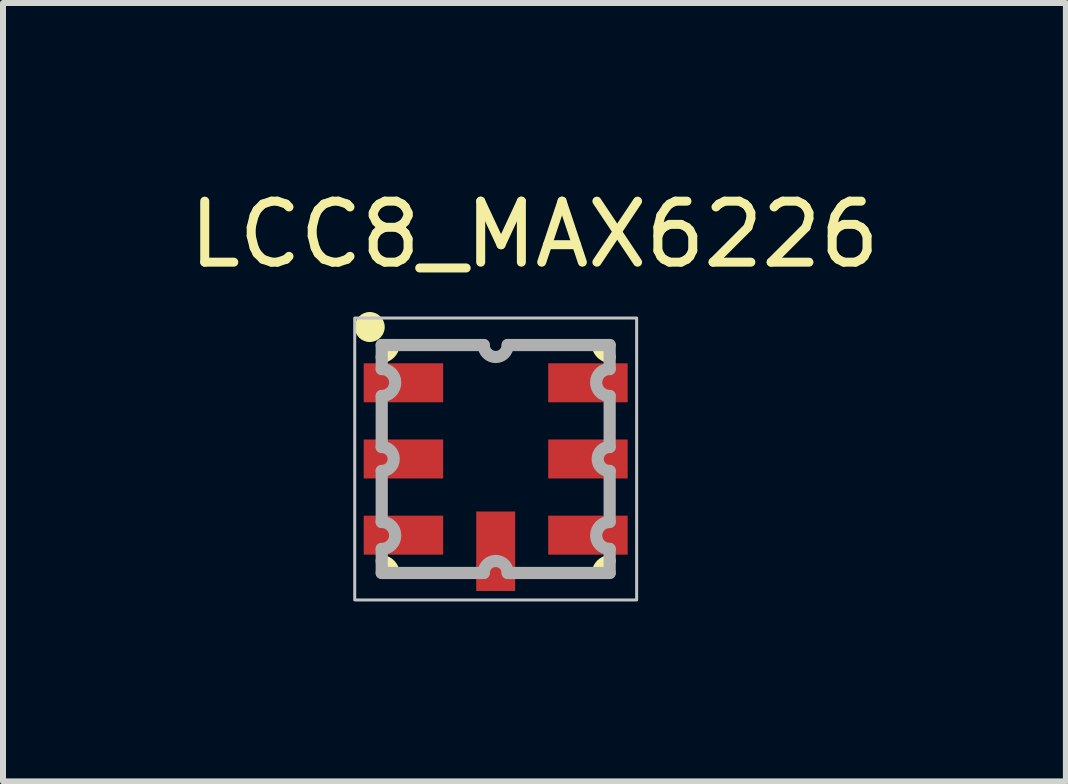
<source format=kicad_pcb>
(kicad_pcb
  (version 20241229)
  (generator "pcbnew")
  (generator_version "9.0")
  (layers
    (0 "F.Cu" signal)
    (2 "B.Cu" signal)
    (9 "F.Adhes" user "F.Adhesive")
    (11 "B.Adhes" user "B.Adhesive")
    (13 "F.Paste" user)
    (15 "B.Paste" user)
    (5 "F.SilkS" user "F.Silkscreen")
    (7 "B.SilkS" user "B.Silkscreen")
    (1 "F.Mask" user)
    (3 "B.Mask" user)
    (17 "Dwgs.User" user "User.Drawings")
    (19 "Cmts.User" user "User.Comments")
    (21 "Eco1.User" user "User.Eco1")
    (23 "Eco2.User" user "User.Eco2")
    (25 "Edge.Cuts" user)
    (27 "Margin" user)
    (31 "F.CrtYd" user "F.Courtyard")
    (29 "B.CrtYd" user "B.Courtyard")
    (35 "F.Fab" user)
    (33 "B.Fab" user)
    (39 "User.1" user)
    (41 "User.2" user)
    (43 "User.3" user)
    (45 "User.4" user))
  (footprint "LCC8_MAX6226"
    (layer "F.Cu")
    (at 5.214 4.602)
    (property "Reference" "LCC8_MAX6226" (at 0.646 -3.744 180) (layer "F.SilkS") (effects (font (size 1.017 1.017) (thickness 0.15))))
    (attr through_hole)
    (fp_arc (start -1.9 1.7) (mid -1.764932 1.764932) (end -1.7 1.9) (stroke (width 0.2032) (type solid)) (layer "F.SilkS"))
    (fp_arc (start -1.7 -1.9) (mid -1.764932 -1.764932) (end -1.9 -1.7) (stroke (width 0.2032) (type solid)) (layer "F.SilkS"))
    (fp_arc (start 1.7 1.9) (mid 1.764932 1.764932) (end 1.9 1.7) (stroke (width 0.2032) (type solid)) (layer "F.SilkS"))
    (fp_arc (start 1.9 -1.7) (mid 1.764932 -1.764932) (end 1.7 -1.9) (stroke (width 0.2032) (type solid)) (layer "F.SilkS"))
    (fp_circle (center -2.1 -2.2) (end -1.85 -2.2) (stroke (width 0) (type solid)) (fill yes) (layer "F.SilkS"))
    (fp_rect (start -2.35 -2.35) (end 2.35 2.35) (stroke (width 0.05) (type solid)) (fill no) (layer "Dwgs.User"))
    (fp_line (start -1.9 -1.9) (end -1.9 -1.5) (stroke (width 0.203) (type solid)) (layer "F.Fab"))
    (fp_line (start -1.9 -1.05) (end -1.9 -0.2) (stroke (width 0.203) (type solid)) (layer "F.Fab"))
    (fp_line (start -1.9 0.2) (end -1.9 1.05) (stroke (width 0.203) (type solid)) (layer "F.Fab"))
    (fp_line (start -1.9 1.5) (end -1.9 1.9) (stroke (width 0.203) (type solid)) (layer "F.Fab"))
    (fp_line (start -1.9 1.9) (end -0.2 1.9) (stroke (width 0.203) (type solid)) (layer "F.Fab"))
    (fp_line (start -0.2 -1.9) (end -1.9 -1.9) (stroke (width 0.203) (type solid)) (layer "F.Fab"))
    (fp_line (start 0.2 1.9) (end 1.9 1.9) (stroke (width 0.203) (type solid)) (layer "F.Fab"))
    (fp_line (start 1.9 -1.9) (end 0.2 -1.9) (stroke (width 0.203) (type solid)) (layer "F.Fab"))
    (fp_line (start 1.9 -1.5) (end 1.9 -1.9) (stroke (width 0.203) (type solid)) (layer "F.Fab"))
    (fp_line (start 1.9 -0.2) (end 1.9 -1.05) (stroke (width 0.203) (type solid)) (layer "F.Fab"))
    (fp_line (start 1.9 1.05) (end 1.9 0.2) (stroke (width 0.203) (type solid)) (layer "F.Fab"))
    (fp_line (start 1.9 1.9) (end 1.9 1.5) (stroke (width 0.203) (type solid)) (layer "F.Fab"))
    (fp_arc (start -1.9 -1.5) (mid -1.675 -1.275) (end -1.9 -1.05) (stroke (width 0.2032) (type solid)) (layer "F.Fab"))
    (fp_arc (start -1.9 -0.2) (mid -1.7 0) (end -1.9 0.2) (stroke (width 0.2032) (type solid)) (layer "F.Fab"))
    (fp_arc (start -1.9 1.05) (mid -1.675 1.275) (end -1.9 1.5) (stroke (width 0.2032) (type solid)) (layer "F.Fab"))
    (fp_arc (start -0.2 1.9) (mid 0 1.7) (end 0.2 1.9) (stroke (width 0.2032) (type solid)) (layer "F.Fab"))
    (fp_arc (start 0.2 -1.9) (mid 0 -1.7) (end -0.2 -1.9) (stroke (width 0.2032) (type solid)) (layer "F.Fab"))
    (fp_arc (start 1.9 -1.05) (mid 1.675 -1.275) (end 1.9 -1.5) (stroke (width 0.2032) (type solid)) (layer "F.Fab"))
    (fp_arc (start 1.9 0.2) (mid 1.7 0) (end 1.9 -0.2) (stroke (width 0.2032) (type solid)) (layer "F.Fab"))
    (fp_arc (start 1.9 1.5) (mid 1.675 1.275) (end 1.9 1.05) (stroke (width 0.2032) (type solid)) (layer "F.Fab"))
    (pad "1" smd rect (at -1.538 -1.27) (size 1.325 0.65) (layers "F.Cu" "F.Mask" "F.Paste"))
    (pad "2" smd rect (at -1.538 0) (size 1.325 0.65) (layers "F.Cu" "F.Mask" "F.Paste"))
    (pad "3" smd rect (at -1.538 1.27) (size 1.325 0.65) (layers "F.Cu" "F.Mask" "F.Paste"))
    (pad "4" smd rect (at 0 1.538 90) (size 1.325 0.65) (layers "F.Cu" "F.Mask" "F.Paste"))
    (pad "5" smd rect (at 1.538 1.27 180) (size 1.325 0.65) (layers "F.Cu" "F.Mask" "F.Paste"))
    (pad "6" smd rect (at 1.538 0 180) (size 1.325 0.65) (layers "F.Cu" "F.Mask" "F.Paste"))
    (pad "7" smd rect (at 1.538 -1.27 180) (size 1.325 0.65) (layers "F.Cu" "F.Mask" "F.Paste")))
  (gr_rect
    (start -3 -3)
    (end 14.72 9.977)
    (stroke (width 0.1) (type default))
    (fill no)
    (layer "Edge.Cuts")))
</source>
